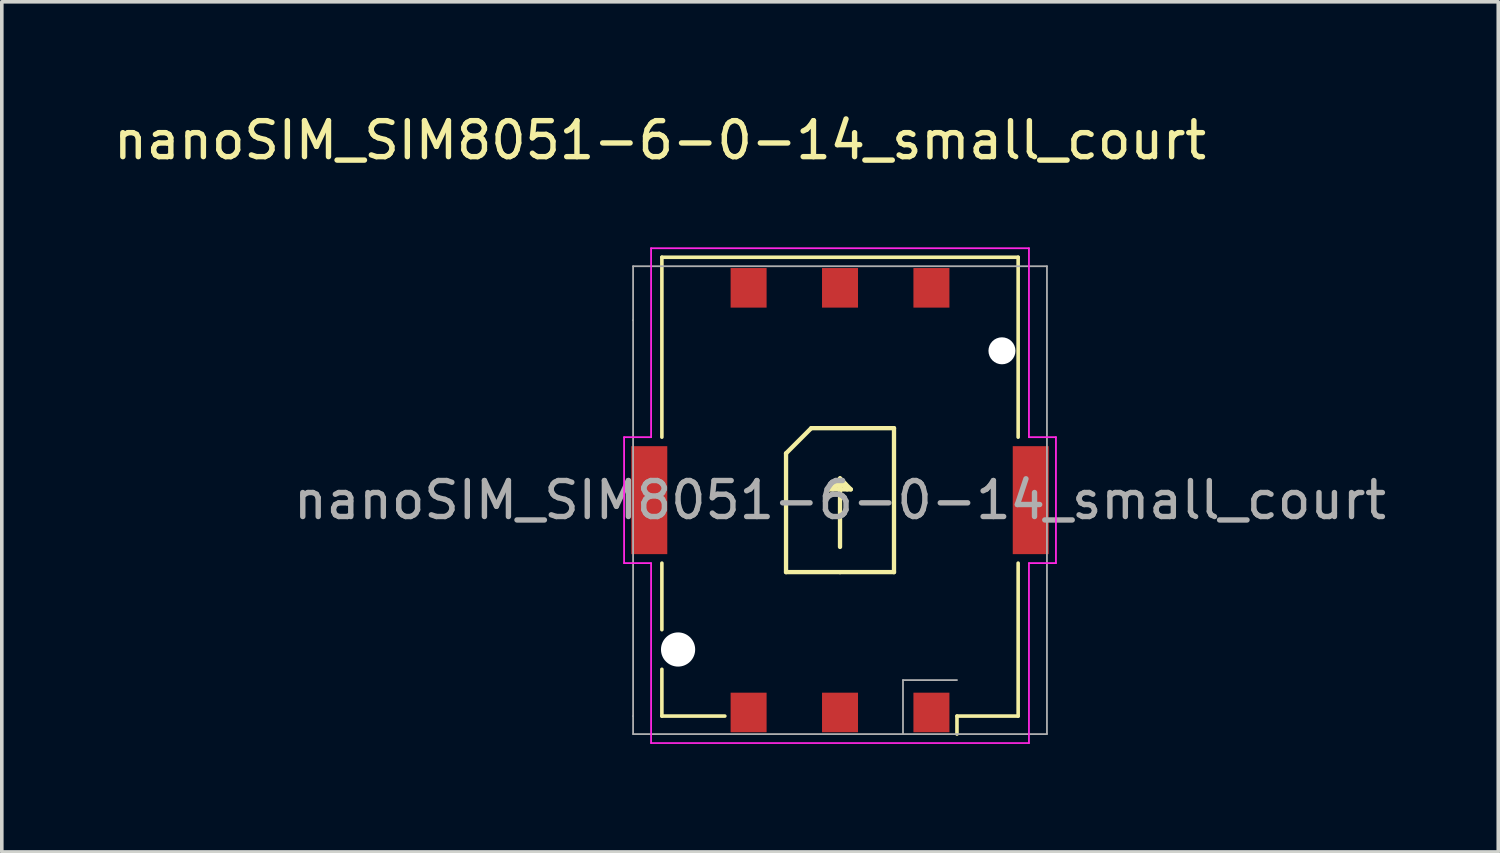
<source format=kicad_pcb>
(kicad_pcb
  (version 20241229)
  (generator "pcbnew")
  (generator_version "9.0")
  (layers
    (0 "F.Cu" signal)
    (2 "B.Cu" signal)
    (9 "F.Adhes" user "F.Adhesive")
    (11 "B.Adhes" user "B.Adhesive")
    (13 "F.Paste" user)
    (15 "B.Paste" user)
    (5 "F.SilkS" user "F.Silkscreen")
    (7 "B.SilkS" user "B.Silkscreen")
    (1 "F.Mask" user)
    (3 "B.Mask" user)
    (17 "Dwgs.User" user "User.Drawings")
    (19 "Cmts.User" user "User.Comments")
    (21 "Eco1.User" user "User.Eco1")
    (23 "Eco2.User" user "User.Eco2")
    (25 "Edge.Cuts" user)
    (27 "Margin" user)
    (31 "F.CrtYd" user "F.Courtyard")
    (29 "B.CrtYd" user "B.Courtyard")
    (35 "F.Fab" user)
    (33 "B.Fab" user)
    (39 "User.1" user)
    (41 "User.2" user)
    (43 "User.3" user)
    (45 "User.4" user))
  (footprint "nanoSIM_SIM8051-6-0-14_small_court"
    (layer "F.Cu")
    (at 20.292 10.848)
    (property "Reference" "nanoSIM_SIM8051-6-0-14_small_court" (at -5 -10 0) (layer "F.SilkS") (effects (font (size 1 1) (thickness 0.15))))
    (attr smd)
    (fp_line (start -4.95 -6.75) (end 4.95 -6.75) (stroke (width 0.1) (type solid)) (layer "F.SilkS"))
    (fp_line (start -4.95 -1.75) (end -4.95 -6.75) (stroke (width 0.1) (type solid)) (layer "F.SilkS"))
    (fp_line (start -4.95 3.6) (end -4.95 1.75) (stroke (width 0.1) (type solid)) (layer "F.SilkS"))
    (fp_line (start -4.95 6) (end -4.95 4.7) (stroke (width 0.1) (type solid)) (layer "F.SilkS"))
    (fp_line (start -3.2 6) (end -4.95 6) (stroke (width 0.1) (type solid)) (layer "F.SilkS"))
    (fp_line (start -1.5 -1.3) (end -0.8 -2) (stroke (width 0.12) (type solid)) (layer "F.SilkS"))
    (fp_line (start -1.5 2) (end -1.5 -1.3) (stroke (width 0.12) (type solid)) (layer "F.SilkS"))
    (fp_line (start -0.8 -2) (end 1.5 -2) (stroke (width 0.12) (type solid)) (layer "F.SilkS"))
    (fp_line (start -0.3 -0.3) (end 0.3 -0.3) (stroke (width 0.12) (type solid)) (layer "F.SilkS"))
    (fp_line (start -0.1 -0.4) (end -0.2 -0.3) (stroke (width 0.12) (type solid)) (layer "F.SilkS"))
    (fp_line (start 0 -0.6) (end -0.3 -0.3) (stroke (width 0.12) (type solid)) (layer "F.SilkS"))
    (fp_line (start 0 -0.6) (end 0.15 -0.45) (stroke (width 0.12) (type solid)) (layer "F.SilkS"))
    (fp_line (start 0 -0.5) (end -0.1 -0.4) (stroke (width 0.12) (type solid)) (layer "F.SilkS"))
    (fp_line (start 0 -0.5) (end 0.2 -0.3) (stroke (width 0.12) (type solid)) (layer "F.SilkS"))
    (fp_line (start 0 1.3) (end 0 -0.6) (stroke (width 0.12) (type solid)) (layer "F.SilkS"))
    (fp_line (start 0 2) (end -1.5 2) (stroke (width 0.12) (type solid)) (layer "F.SilkS"))
    (fp_line (start 0.3 -0.3) (end 0 -0.6) (stroke (width 0.12) (type solid)) (layer "F.SilkS"))
    (fp_line (start 1.5 -2) (end 1.5 2) (stroke (width 0.12) (type solid)) (layer "F.SilkS"))
    (fp_line (start 1.5 2) (end 0 2) (stroke (width 0.12) (type solid)) (layer "F.SilkS"))
    (fp_line (start 3.25 6) (end 3.25 6.5) (stroke (width 0.1) (type solid)) (layer "F.SilkS"))
    (fp_line (start 4.95 -6.75) (end 4.95 -1.75) (stroke (width 0.1) (type solid)) (layer "F.SilkS"))
    (fp_line (start 4.95 1.75) (end 4.95 6) (stroke (width 0.1) (type solid)) (layer "F.SilkS"))
    (fp_line (start 4.95 6) (end 3.25 6) (stroke (width 0.1) (type solid)) (layer "F.SilkS"))
    (fp_line (start -6 1.75) (end -6 -1.75) (stroke (width 0.05) (type solid)) (layer "F.CrtYd"))
    (fp_line (start -6 1.75) (end -5.25 1.75) (stroke (width 0.05) (type solid)) (layer "F.CrtYd"))
    (fp_line (start -5.25 -7) (end -5.25 -1.75) (stroke (width 0.05) (type solid)) (layer "F.CrtYd"))
    (fp_line (start -5.25 -1.75) (end -6 -1.75) (stroke (width 0.05) (type solid)) (layer "F.CrtYd"))
    (fp_line (start -5.25 6.75) (end -5.25 1.75) (stroke (width 0.05) (type solid)) (layer "F.CrtYd"))
    (fp_line (start -5.25 6.75) (end 5.25 6.75) (stroke (width 0.05) (type solid)) (layer "F.CrtYd"))
    (fp_line (start 5.25 -7) (end -5.25 -7) (stroke (width 0.05) (type solid)) (layer "F.CrtYd"))
    (fp_line (start 5.25 -1.75) (end 5.25 -7) (stroke (width 0.05) (type solid)) (layer "F.CrtYd"))
    (fp_line (start 5.25 6.75) (end 5.25 1.75) (stroke (width 0.05) (type solid)) (layer "F.CrtYd"))
    (fp_line (start 6 -1.75) (end 5.25 -1.75) (stroke (width 0.05) (type solid)) (layer "F.CrtYd"))
    (fp_line (start 6 1.75) (end 5.25 1.75) (stroke (width 0.05) (type solid)) (layer "F.CrtYd"))
    (fp_line (start 6 1.75) (end 6 -1.75) (stroke (width 0.05) (type solid)) (layer "F.CrtYd"))
    (fp_line (start -5.75 -6.5) (end 5.75 -6.5) (stroke (width 0.05) (type solid)) (layer "F.Fab"))
    (fp_line (start -5.75 -5) (end -5.75 -6.5) (stroke (width 0.05) (type solid)) (layer "F.Fab"))
    (fp_line (start -5.75 6) (end -5.75 -5) (stroke (width 0.05) (type solid)) (layer "F.Fab"))
    (fp_line (start -5.75 6.5) (end -5.75 6) (stroke (width 0.05) (type solid)) (layer "F.Fab"))
    (fp_line (start 1.75 5) (end 3.25 5) (stroke (width 0.05) (type solid)) (layer "F.Fab"))
    (fp_line (start 1.75 6.5) (end 1.75 5) (stroke (width 0.05) (type solid)) (layer "F.Fab"))
    (fp_line (start 5.75 -6.5) (end 5.75 6.5) (stroke (width 0.05) (type solid)) (layer "F.Fab"))
    (fp_line (start 5.75 6.5) (end -5.75 6.5) (stroke (width 0.05) (type solid)) (layer "F.Fab"))
    (fp_text user "${REFERENCE}" (at 0 0 0) (layer "F.Fab") (effects (font (size 1 1) (thickness 0.15))))
    (pad "" np_thru_hole circle (at -4.5 4.15) (size 0.95 0.95) (drill 1) (layers "*.Cu" "*.Mask"))
    (pad "" np_thru_hole circle (at 4.5 -4.15) (size 0.75 0.75) (drill 0.8) (layers "*.Cu" "*.Mask"))
    (pad "1" smd rect (at 2.54 5.9) (size 1 1.1) (layers "F.Cu" "F.Mask" "F.Paste"))
    (pad "2" smd rect (at 0 5.9) (size 1 1.1) (layers "F.Cu" "F.Mask" "F.Paste"))
    (pad "3" smd rect (at -2.54 5.9) (size 1 1.1) (layers "F.Cu" "F.Mask" "F.Paste"))
    (pad "5" smd rect (at 2.54 -5.9) (size 1 1.1) (layers "F.Cu" "F.Mask" "F.Paste"))
    (pad "6" smd rect (at 0 -5.9) (size 1 1.1) (layers "F.Cu" "F.Mask" "F.Paste"))
    (pad "7" smd rect (at -2.54 -5.9) (size 1 1.1) (layers "F.Cu" "F.Mask" "F.Paste"))
    (pad "SH" smd rect (at -5.3 0) (size 1 3) (layers "F.Cu" "F.Mask" "F.Paste"))
    (pad "SH" smd rect (at 5.3 0) (size 1 3) (layers "F.Cu" "F.Mask" "F.Paste"))
    (zone (net_name "") (layer "F.Cu") (name "SIM keepout 1") (hatch edge 0.5) (connect_pads) (min_thickness 0.25) (filled_areas_thickness no) (keepout (tracks not_allowed) (vias not_allowed) (pads not_allowed) (copperpour not_allowed) (footprints allowed)) (placement (enabled no)) (fill) (polygon (pts (xy 18.342 6.198) (xy 18.342 7.198) (xy 17.142 7.198) (xy 17.142 6.198))))
    (zone (net_name "") (layer "F.Cu") (name "SIM keepout 2") (hatch edge 0.5) (connect_pads) (min_thickness 0.25) (filled_areas_thickness no) (keepout (tracks not_allowed) (vias not_allowed) (pads not_allowed) (copperpour not_allowed) (footprints allowed)) (placement (enabled no)) (fill) (polygon (pts (xy 20.892 6.198) (xy 20.892 7.198) (xy 19.692 7.198) (xy 19.692 6.198))))
    (zone (net_name "") (layer "F.Cu") (name "SIM keepout 3") (hatch edge 0.5) (connect_pads) (min_thickness 0.25) (filled_areas_thickness no) (keepout (tracks not_allowed) (vias not_allowed) (pads not_allowed) (copperpour not_allowed) (footprints allowed)) (placement (enabled no)) (fill) (polygon (pts (xy 23.442 6.198) (xy 23.442 7.198) (xy 22.242 7.198) (xy 22.242 6.198))))
    (zone (net_name "") (layer "F.Cu") (name "SIM keepout") (hatch edge 0.5) (connect_pads) (min_thickness 0.25) (filled_areas_thickness no) (keepout (tracks not_allowed) (vias not_allowed) (pads not_allowed) (copperpour not_allowed) (footprints allowed)) (placement (enabled no)) (fill) (polygon (pts (xy 23.892 8.648) (xy 23.892 13.598) (xy 23.492 13.598) (xy 23.492 14.798) (xy 22.192 14.798) (xy 22.192 13.598) (xy 20.942 13.598) (xy 20.942 14.798) (xy 19.642 14.798) (xy 19.642 13.598) (xy 18.392 13.598) (xy 18.392 14.798) (xy 17.092 14.798) (xy 17.092 13.598) (xy 16.742 13.598) (xy 16.742 8.648) (xy 20.292 8.648)))))
  (gr_rect
    (start -3 -3)
    (end 38.583 20.623)
    (stroke (width 0.1) (type default))
    (fill no)
    (layer "Edge.Cuts")))
</source>
